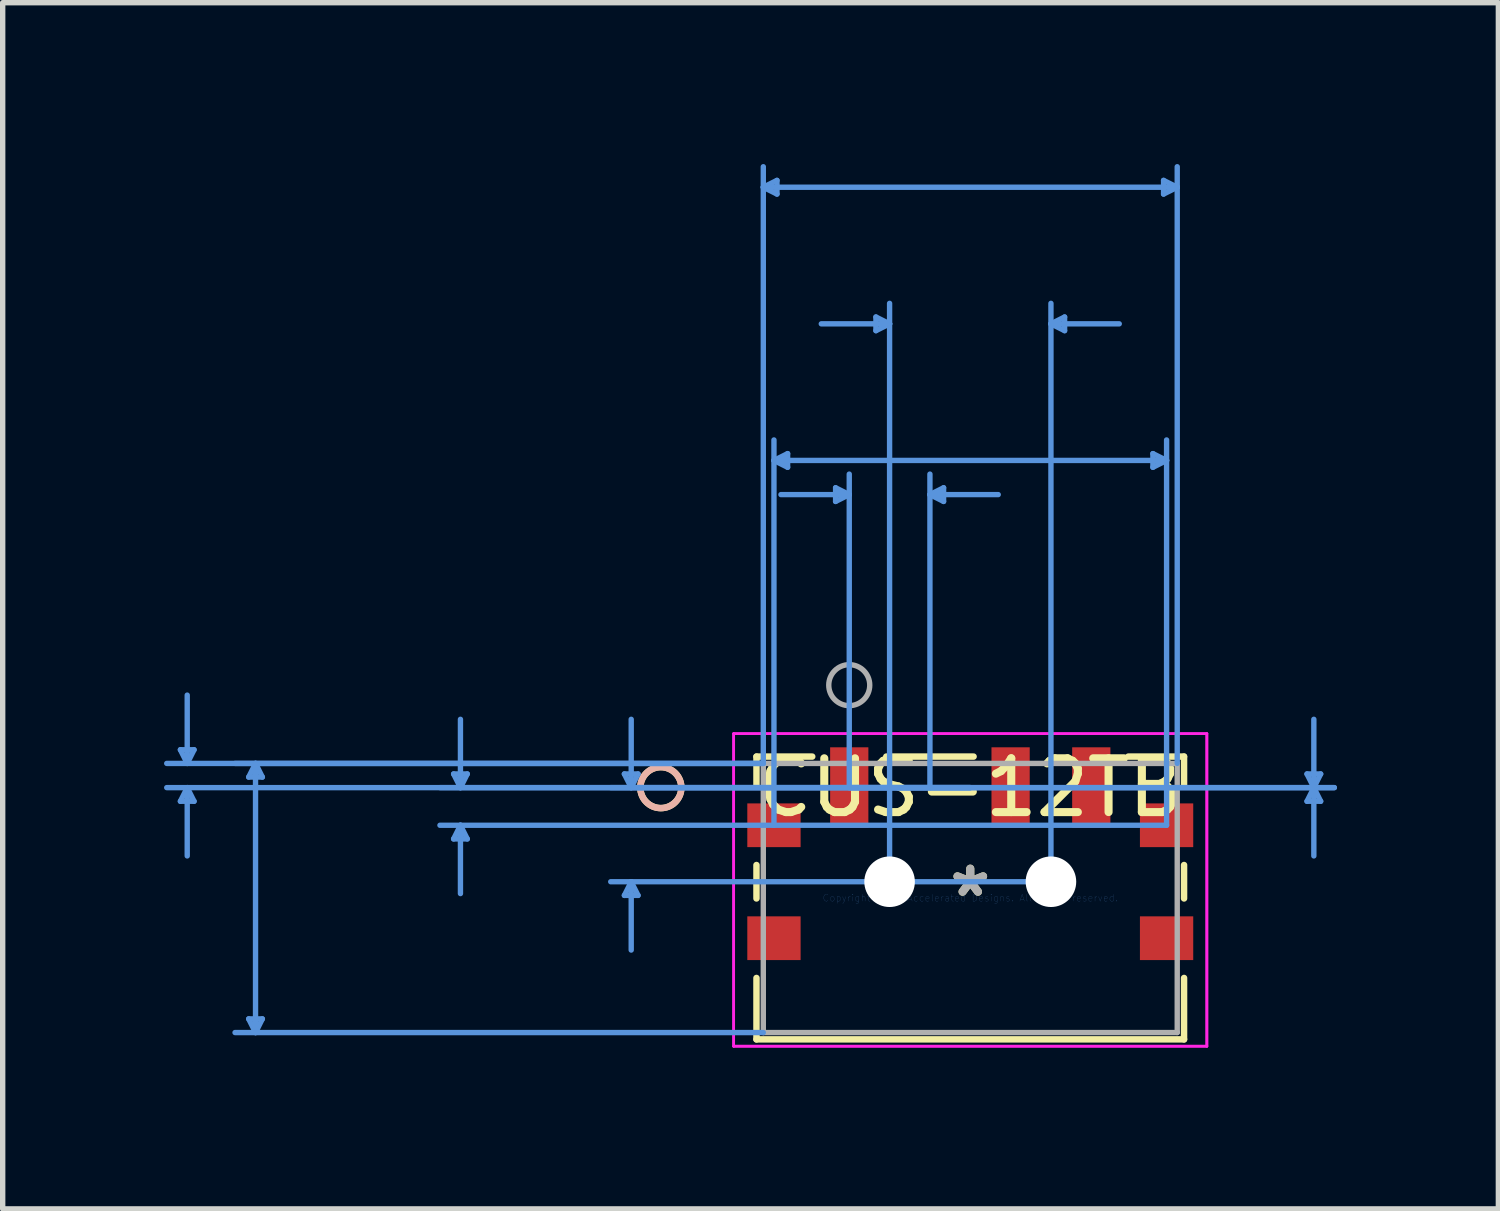
<source format=kicad_pcb>
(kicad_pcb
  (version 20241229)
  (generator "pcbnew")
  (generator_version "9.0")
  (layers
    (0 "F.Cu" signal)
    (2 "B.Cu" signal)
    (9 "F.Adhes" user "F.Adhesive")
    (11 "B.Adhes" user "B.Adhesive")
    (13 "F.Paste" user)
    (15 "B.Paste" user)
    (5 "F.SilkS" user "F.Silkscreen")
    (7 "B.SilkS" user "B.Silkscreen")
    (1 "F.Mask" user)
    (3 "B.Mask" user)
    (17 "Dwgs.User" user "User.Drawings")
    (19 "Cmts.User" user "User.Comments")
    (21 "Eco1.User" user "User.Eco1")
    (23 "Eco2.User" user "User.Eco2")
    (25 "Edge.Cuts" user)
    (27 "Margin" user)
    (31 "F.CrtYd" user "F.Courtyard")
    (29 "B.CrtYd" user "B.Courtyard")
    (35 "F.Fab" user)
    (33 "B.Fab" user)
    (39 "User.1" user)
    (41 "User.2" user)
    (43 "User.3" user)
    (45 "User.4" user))
  (footprint "CUS-12TB"
    (layer "F.Cu")
    (at 14.99 13.646)
    (property "Reference" "CUS-12TB" (at 0 -2.052 0) (layer "F.SilkS") (effects (font (size 1 1) (thickness 0.15))))
    (attr through_hole)
    (fp_line (start -3.975 -2.629) (end -3.975 -2.091) (stroke (width 0.12) (type solid)) (layer "F.SilkS"))
    (fp_line (start -3.975 -0.613) (end -3.975 0.009) (stroke (width 0.12) (type solid)) (layer "F.SilkS"))
    (fp_line (start -3.975 1.487) (end -3.975 2.629) (stroke (width 0.12) (type solid)) (layer "F.SilkS"))
    (fp_line (start -3.975 2.629) (end 3.975 2.629) (stroke (width 0.12) (type solid)) (layer "F.SilkS"))
    (fp_line (start -2.938 -2.629) (end -3.975 -2.629) (stroke (width 0.12) (type solid)) (layer "F.SilkS"))
    (fp_line (start 0.062 -2.629) (end -1.562 -2.629) (stroke (width 0.12) (type solid)) (layer "F.SilkS"))
    (fp_line (start 3.975 -2.629) (end 2.938 -2.629) (stroke (width 0.12) (type solid)) (layer "F.SilkS"))
    (fp_line (start 3.975 -2.091) (end 3.975 -2.629) (stroke (width 0.12) (type solid)) (layer "F.SilkS"))
    (fp_line (start 3.975 0.009) (end 3.975 -0.613) (stroke (width 0.12) (type solid)) (layer "F.SilkS"))
    (fp_line (start 3.975 2.629) (end 3.975 1.487) (stroke (width 0.12) (type solid)) (layer "F.SilkS"))
    (fp_circle (center -5.753 -2.052) (end -5.372 -2.052) (stroke (width 0.12) (type solid)) (fill no) (layer "F.SilkS"))
    (fp_circle (center -5.753 -2.052) (end -5.372 -2.052) (stroke (width 0.12) (type solid)) (fill no) (layer "B.SilkS"))
    (fp_line (start -14.686 -2.756) (end -14.432 -2.756) (stroke (width 0.1) (type solid)) (layer "Cmts.User"))
    (fp_line (start -14.686 -1.798) (end -14.432 -1.798) (stroke (width 0.1) (type solid)) (layer "Cmts.User"))
    (fp_line (start -14.559 -2.502) (end -14.686 -2.756) (stroke (width 0.1) (type solid)) (layer "Cmts.User"))
    (fp_line (start -14.559 -2.502) (end -14.559 -3.772) (stroke (width 0.1) (type solid)) (layer "Cmts.User"))
    (fp_line (start -14.559 -2.502) (end -14.432 -2.756) (stroke (width 0.1) (type solid)) (layer "Cmts.User"))
    (fp_line (start -14.559 -2.052) (end -14.686 -1.798) (stroke (width 0.1) (type solid)) (layer "Cmts.User"))
    (fp_line (start -14.559 -2.052) (end -14.559 -0.782) (stroke (width 0.1) (type solid)) (layer "Cmts.User"))
    (fp_line (start -14.559 -2.052) (end -14.432 -1.798) (stroke (width 0.1) (type solid)) (layer "Cmts.User"))
    (fp_line (start -13.416 -2.248) (end -13.162 -2.248) (stroke (width 0.1) (type solid)) (layer "Cmts.User"))
    (fp_line (start -13.416 2.248) (end -13.162 2.248) (stroke (width 0.1) (type solid)) (layer "Cmts.User"))
    (fp_line (start -13.289 -2.502) (end -13.416 -2.248) (stroke (width 0.1) (type solid)) (layer "Cmts.User"))
    (fp_line (start -13.289 -2.502) (end -13.289 2.502) (stroke (width 0.1) (type solid)) (layer "Cmts.User"))
    (fp_line (start -13.289 -2.502) (end -13.162 -2.248) (stroke (width 0.1) (type solid)) (layer "Cmts.User"))
    (fp_line (start -13.289 2.502) (end -13.416 2.248) (stroke (width 0.1) (type solid)) (layer "Cmts.User"))
    (fp_line (start -13.289 2.502) (end -13.162 2.248) (stroke (width 0.1) (type solid)) (layer "Cmts.User"))
    (fp_line (start -9.606 -2.306) (end -9.352 -2.306) (stroke (width 0.1) (type solid)) (layer "Cmts.User"))
    (fp_line (start -9.606 -1.098) (end -9.352 -1.098) (stroke (width 0.1) (type solid)) (layer "Cmts.User"))
    (fp_line (start -9.479 -2.052) (end -9.606 -2.306) (stroke (width 0.1) (type solid)) (layer "Cmts.User"))
    (fp_line (start -9.479 -2.052) (end -9.479 -3.322) (stroke (width 0.1) (type solid)) (layer "Cmts.User"))
    (fp_line (start -9.479 -2.052) (end -9.352 -2.306) (stroke (width 0.1) (type solid)) (layer "Cmts.User"))
    (fp_line (start -9.479 -1.352) (end -9.606 -1.098) (stroke (width 0.1) (type solid)) (layer "Cmts.User"))
    (fp_line (start -9.479 -1.352) (end -9.479 -0.082) (stroke (width 0.1) (type solid)) (layer "Cmts.User"))
    (fp_line (start -9.479 -1.352) (end -9.352 -1.098) (stroke (width 0.1) (type solid)) (layer "Cmts.User"))
    (fp_line (start -6.431 -2.306) (end -6.177 -2.306) (stroke (width 0.1) (type solid)) (layer "Cmts.User"))
    (fp_line (start -6.431 -0.048) (end -6.177 -0.048) (stroke (width 0.1) (type solid)) (layer "Cmts.User"))
    (fp_line (start -6.304 -2.052) (end -6.431 -2.306) (stroke (width 0.1) (type solid)) (layer "Cmts.User"))
    (fp_line (start -6.304 -2.052) (end -6.304 -3.322) (stroke (width 0.1) (type solid)) (layer "Cmts.User"))
    (fp_line (start -6.304 -2.052) (end -6.177 -2.306) (stroke (width 0.1) (type solid)) (layer "Cmts.User"))
    (fp_line (start -6.304 -0.302) (end -6.431 -0.048) (stroke (width 0.1) (type solid)) (layer "Cmts.User"))
    (fp_line (start -6.304 -0.302) (end -6.304 0.968) (stroke (width 0.1) (type solid)) (layer "Cmts.User"))
    (fp_line (start -6.304 -0.302) (end -6.177 -0.048) (stroke (width 0.1) (type solid)) (layer "Cmts.User"))
    (fp_line (start -3.848 -13.215) (end -3.594 -13.342) (stroke (width 0.1) (type solid)) (layer "Cmts.User"))
    (fp_line (start -3.848 -13.215) (end -3.594 -13.088) (stroke (width 0.1) (type solid)) (layer "Cmts.User"))
    (fp_line (start -3.848 -13.215) (end 3.848 -13.215) (stroke (width 0.1) (type solid)) (layer "Cmts.User"))
    (fp_line (start -3.848 -2.502) (end -14.94 -2.502) (stroke (width 0.1) (type solid)) (layer "Cmts.User"))
    (fp_line (start -3.848 -2.502) (end -13.67 -2.502) (stroke (width 0.1) (type solid)) (layer "Cmts.User"))
    (fp_line (start -3.848 -2.502) (end -3.848 -13.596) (stroke (width 0.1) (type solid)) (layer "Cmts.User"))
    (fp_line (start -3.848 2.502) (end -13.67 2.502) (stroke (width 0.1) (type solid)) (layer "Cmts.User"))
    (fp_line (start -3.65 -8.135) (end -3.396 -8.262) (stroke (width 0.1) (type solid)) (layer "Cmts.User"))
    (fp_line (start -3.65 -8.135) (end -3.396 -8.008) (stroke (width 0.1) (type solid)) (layer "Cmts.User"))
    (fp_line (start -3.65 -8.135) (end 3.65 -8.135) (stroke (width 0.1) (type solid)) (layer "Cmts.User"))
    (fp_line (start -3.65 -1.352) (end -3.65 -8.516) (stroke (width 0.1) (type solid)) (layer "Cmts.User"))
    (fp_line (start -3.594 -13.342) (end -3.594 -13.088) (stroke (width 0.1) (type solid)) (layer "Cmts.User"))
    (fp_line (start -3.396 -8.262) (end -3.396 -8.008) (stroke (width 0.1) (type solid)) (layer "Cmts.User"))
    (fp_line (start -2.504 -7.627) (end -2.504 -7.373) (stroke (width 0.1) (type solid)) (layer "Cmts.User"))
    (fp_line (start -2.25 -7.5) (end -3.52 -7.5) (stroke (width 0.1) (type solid)) (layer "Cmts.User"))
    (fp_line (start -2.25 -7.5) (end -2.504 -7.627) (stroke (width 0.1) (type solid)) (layer "Cmts.User"))
    (fp_line (start -2.25 -7.5) (end -2.504 -7.373) (stroke (width 0.1) (type solid)) (layer "Cmts.User"))
    (fp_line (start -2.25 -2.052) (end -2.25 -7.881) (stroke (width 0.1) (type solid)) (layer "Cmts.User"))
    (fp_line (start -2.25 -2.052) (end 6.769 -2.052) (stroke (width 0.1) (type solid)) (layer "Cmts.User"))
    (fp_line (start -2.25 -2.052) (end 6.769 -2.052) (stroke (width 0.1) (type solid)) (layer "Cmts.User"))
    (fp_line (start -1.754 -10.802) (end -1.754 -10.548) (stroke (width 0.1) (type solid)) (layer "Cmts.User"))
    (fp_line (start -1.5 -10.675) (end -2.77 -10.675) (stroke (width 0.1) (type solid)) (layer "Cmts.User"))
    (fp_line (start -1.5 -10.675) (end -1.754 -10.802) (stroke (width 0.1) (type solid)) (layer "Cmts.User"))
    (fp_line (start -1.5 -10.675) (end -1.754 -10.548) (stroke (width 0.1) (type solid)) (layer "Cmts.User"))
    (fp_line (start -1.5 -0.302) (end -1.5 -11.056) (stroke (width 0.1) (type solid)) (layer "Cmts.User"))
    (fp_line (start -0.75 -7.5) (end -0.496 -7.627) (stroke (width 0.1) (type solid)) (layer "Cmts.User"))
    (fp_line (start -0.75 -7.5) (end -0.496 -7.373) (stroke (width 0.1) (type solid)) (layer "Cmts.User"))
    (fp_line (start -0.75 -7.5) (end 0.52 -7.5) (stroke (width 0.1) (type solid)) (layer "Cmts.User"))
    (fp_line (start -0.75 -2.052) (end -0.75 -7.881) (stroke (width 0.1) (type solid)) (layer "Cmts.User"))
    (fp_line (start -0.496 -7.627) (end -0.496 -7.373) (stroke (width 0.1) (type solid)) (layer "Cmts.User"))
    (fp_line (start 0 -2.052) (end -14.94 -2.052) (stroke (width 0.1) (type solid)) (layer "Cmts.User"))
    (fp_line (start 0 -2.052) (end -9.86 -2.052) (stroke (width 0.1) (type solid)) (layer "Cmts.User"))
    (fp_line (start 0 -2.052) (end -6.685 -2.052) (stroke (width 0.1) (type solid)) (layer "Cmts.User"))
    (fp_line (start 1.5 -10.675) (end 1.754 -10.802) (stroke (width 0.1) (type solid)) (layer "Cmts.User"))
    (fp_line (start 1.5 -10.675) (end 1.754 -10.548) (stroke (width 0.1) (type solid)) (layer "Cmts.User"))
    (fp_line (start 1.5 -10.675) (end 2.77 -10.675) (stroke (width 0.1) (type solid)) (layer "Cmts.User"))
    (fp_line (start 1.5 -0.302) (end -6.685 -0.302) (stroke (width 0.1) (type solid)) (layer "Cmts.User"))
    (fp_line (start 1.5 -0.302) (end 1.5 -11.056) (stroke (width 0.1) (type solid)) (layer "Cmts.User"))
    (fp_line (start 1.754 -10.802) (end 1.754 -10.548) (stroke (width 0.1) (type solid)) (layer "Cmts.User"))
    (fp_line (start 3.396 -8.262) (end 3.396 -8.008) (stroke (width 0.1) (type solid)) (layer "Cmts.User"))
    (fp_line (start 3.594 -13.342) (end 3.594 -13.088) (stroke (width 0.1) (type solid)) (layer "Cmts.User"))
    (fp_line (start 3.65 -8.135) (end 3.396 -8.262) (stroke (width 0.1) (type solid)) (layer "Cmts.User"))
    (fp_line (start 3.65 -8.135) (end 3.396 -8.008) (stroke (width 0.1) (type solid)) (layer "Cmts.User"))
    (fp_line (start 3.65 -1.352) (end -9.86 -1.352) (stroke (width 0.1) (type solid)) (layer "Cmts.User"))
    (fp_line (start 3.65 -1.352) (end 3.65 -8.516) (stroke (width 0.1) (type solid)) (layer "Cmts.User"))
    (fp_line (start 3.848 -13.215) (end 3.594 -13.342) (stroke (width 0.1) (type solid)) (layer "Cmts.User"))
    (fp_line (start 3.848 -13.215) (end 3.594 -13.088) (stroke (width 0.1) (type solid)) (layer "Cmts.User"))
    (fp_line (start 3.848 -2.502) (end 3.848 -13.596) (stroke (width 0.1) (type solid)) (layer "Cmts.User"))
    (fp_line (start 6.261 -2.306) (end 6.515 -2.306) (stroke (width 0.1) (type solid)) (layer "Cmts.User"))
    (fp_line (start 6.261 -1.798) (end 6.515 -1.798) (stroke (width 0.1) (type solid)) (layer "Cmts.User"))
    (fp_line (start 6.388 -2.052) (end 6.261 -2.306) (stroke (width 0.1) (type solid)) (layer "Cmts.User"))
    (fp_line (start 6.388 -2.052) (end 6.261 -1.798) (stroke (width 0.1) (type solid)) (layer "Cmts.User"))
    (fp_line (start 6.388 -2.052) (end 6.388 -3.322) (stroke (width 0.1) (type solid)) (layer "Cmts.User"))
    (fp_line (start 6.388 -2.052) (end 6.388 -0.782) (stroke (width 0.1) (type solid)) (layer "Cmts.User"))
    (fp_line (start 6.388 -2.052) (end 6.515 -2.306) (stroke (width 0.1) (type solid)) (layer "Cmts.User"))
    (fp_line (start 6.388 -2.052) (end 6.515 -1.798) (stroke (width 0.1) (type solid)) (layer "Cmts.User"))
    (fp_line (start -4.399 -3.055) (end -4.399 2.756) (stroke (width 0.05) (type solid)) (layer "F.CrtYd"))
    (fp_line (start -4.399 -3.055) (end -4.399 2.756) (stroke (width 0.05) (type solid)) (layer "F.CrtYd"))
    (fp_line (start -4.399 2.756) (end 4.399 2.756) (stroke (width 0.05) (type solid)) (layer "F.CrtYd"))
    (fp_line (start -4.399 2.756) (end 4.399 2.756) (stroke (width 0.05) (type solid)) (layer "F.CrtYd"))
    (fp_line (start 4.399 -3.055) (end -4.399 -3.055) (stroke (width 0.05) (type solid)) (layer "F.CrtYd"))
    (fp_line (start 4.399 -3.055) (end -4.399 -3.055) (stroke (width 0.05) (type solid)) (layer "F.CrtYd"))
    (fp_line (start 4.399 2.756) (end 4.399 -3.055) (stroke (width 0.05) (type solid)) (layer "F.CrtYd"))
    (fp_line (start 4.399 2.756) (end 4.399 -3.055) (stroke (width 0.05) (type solid)) (layer "F.CrtYd"))
    (fp_line (start -3.848 -2.502) (end -3.848 2.502) (stroke (width 0.1) (type solid)) (layer "F.Fab"))
    (fp_line (start -3.848 2.502) (end 3.848 2.502) (stroke (width 0.1) (type solid)) (layer "F.Fab"))
    (fp_line (start 3.848 -2.502) (end -3.848 -2.502) (stroke (width 0.1) (type solid)) (layer "F.Fab"))
    (fp_line (start 3.848 2.502) (end 3.848 -2.502) (stroke (width 0.1) (type solid)) (layer "F.Fab"))
    (fp_circle (center -2.25 -3.957) (end -1.869 -3.957) (stroke (width 0.1) (type solid)) (fill no) (layer "F.Fab"))
    (fp_text user "*" (at 0 0 0) (layer "F.SilkS") (effects (font (size 1 1) (thickness 0.15))))
    (fp_text user "Copyright 2021 Accelerated Designs. All rights reserved." (at 0 0 0) (layer "Cmts.User") (effects (font (size 0.127 0.127) (thickness 0.002))))
    (fp_text user "*" (at 0 0 0) (layer "F.Fab") (effects (font (size 1 1) (thickness 0.15))))
    (pad "" np_thru_hole circle (at -1.5 -0.302) (size 0.94 0.94) (drill 0.94) (layers "*.Cu" "*.Mask"))
    (pad "" np_thru_hole circle (at 1.5 -0.302) (size 0.94 0.94) (drill 0.94) (layers "*.Cu" "*.Mask"))
    (pad "1" smd rect (at -2.25 -2.052) (size 0.711 1.499) (layers "F.Cu" "F.Mask" "F.Paste"))
    (pad "2" smd rect (at 0.75 -2.052) (size 0.711 1.499) (layers "F.Cu" "F.Mask" "F.Paste"))
    (pad "3" smd rect (at 2.25 -2.052) (size 0.711 1.499) (layers "F.Cu" "F.Mask" "F.Paste"))
    (pad "6" smd rect (at -3.65 -1.352) (size 0.991 0.813) (layers "F.Cu" "F.Mask" "F.Paste"))
    (pad "7" smd rect (at 3.65 -1.352) (size 0.991 0.813) (layers "F.Cu" "F.Mask" "F.Paste"))
    (pad "8" smd rect (at -3.65 0.748) (size 0.991 0.813) (layers "F.Cu" "F.Mask" "F.Paste"))
    (pad "9" smd rect (at 3.65 0.748) (size 0.991 0.813) (layers "F.Cu" "F.Mask" "F.Paste")))
  (gr_rect
    (start -3 -3)
    (end 24.809 19.427)
    (stroke (width 0.1) (type default))
    (fill no)
    (layer "Edge.Cuts")))
</source>
